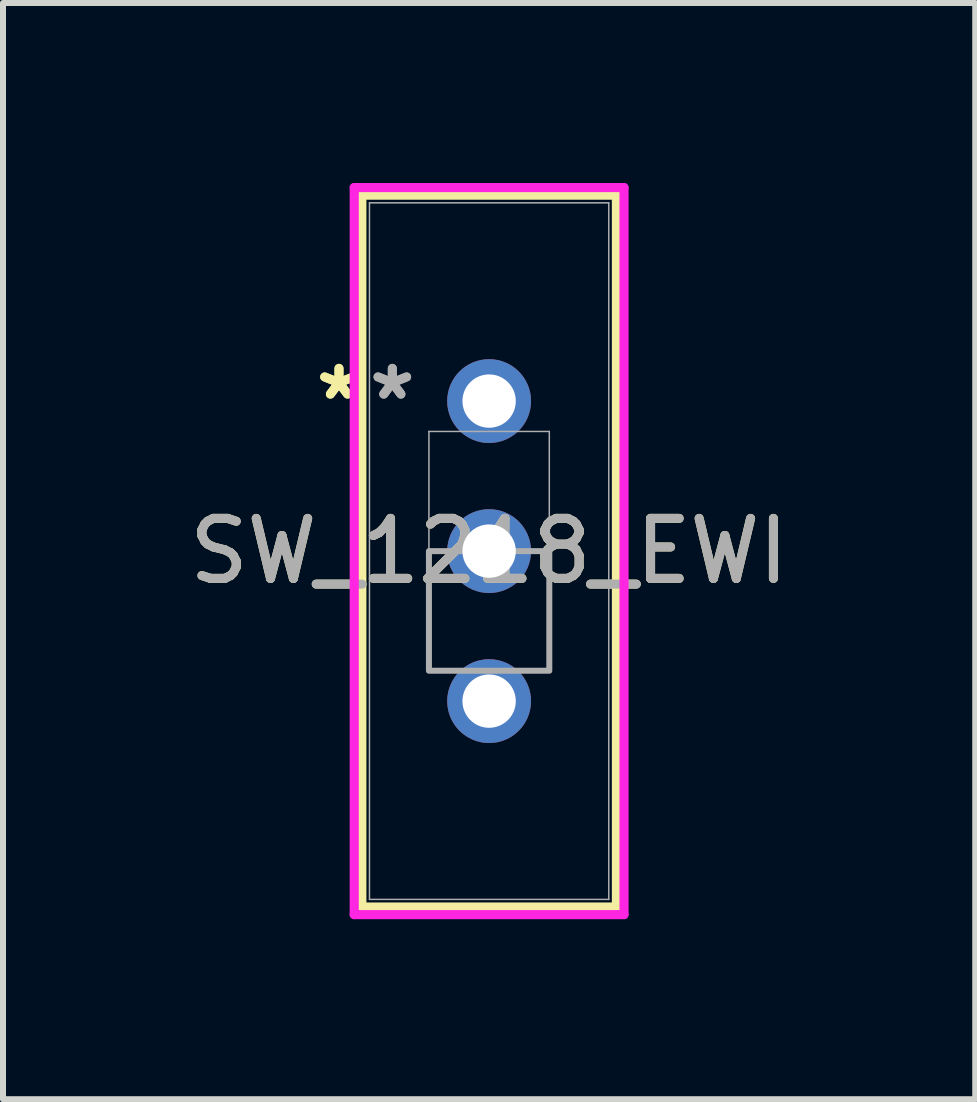
<source format=kicad_pcb>
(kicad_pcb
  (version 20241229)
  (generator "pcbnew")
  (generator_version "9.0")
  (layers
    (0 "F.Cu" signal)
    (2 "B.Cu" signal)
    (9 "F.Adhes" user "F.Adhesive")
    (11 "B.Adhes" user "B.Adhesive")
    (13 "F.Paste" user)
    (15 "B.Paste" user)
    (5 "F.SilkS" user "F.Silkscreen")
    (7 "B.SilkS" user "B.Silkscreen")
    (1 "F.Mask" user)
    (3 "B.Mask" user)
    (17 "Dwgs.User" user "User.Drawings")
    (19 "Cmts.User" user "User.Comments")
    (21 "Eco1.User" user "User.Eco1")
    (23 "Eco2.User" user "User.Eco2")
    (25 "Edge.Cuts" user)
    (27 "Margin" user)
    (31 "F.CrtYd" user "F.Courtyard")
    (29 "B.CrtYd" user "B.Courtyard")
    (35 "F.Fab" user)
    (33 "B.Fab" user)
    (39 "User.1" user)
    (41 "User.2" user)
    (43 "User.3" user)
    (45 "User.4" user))
  (footprint "SW_1218_EWI"
    (layer "F.Cu")
    (at 5.101 3.634)
    (property "Reference" "SW_1218_EWI" (at 0 2.5 0) (unlocked yes) (layer "F.SilkS") (effects (font (size 1 1) (thickness 0.15))))
    (attr through_hole)
    (fp_line (start -2.121 -3.431) (end -2.121 8.431) (stroke (width 0.152) (type solid)) (layer "F.SilkS"))
    (fp_line (start -2.121 8.431) (end 2.121 8.431) (stroke (width 0.152) (type solid)) (layer "F.SilkS"))
    (fp_line (start 2.121 -3.431) (end -2.121 -3.431) (stroke (width 0.152) (type solid)) (layer "F.SilkS"))
    (fp_line (start 2.121 8.431) (end 2.121 -3.431) (stroke (width 0.152) (type solid)) (layer "F.SilkS"))
    (fp_line (start -2.248 -3.558) (end -2.248 8.558) (stroke (width 0.152) (type solid)) (layer "F.CrtYd"))
    (fp_line (start -2.248 8.558) (end 2.248 8.558) (stroke (width 0.152) (type solid)) (layer "F.CrtYd"))
    (fp_line (start 2.248 -3.558) (end -2.248 -3.558) (stroke (width 0.152) (type solid)) (layer "F.CrtYd"))
    (fp_line (start 2.248 8.558) (end 2.248 -3.558) (stroke (width 0.152) (type solid)) (layer "F.CrtYd"))
    (fp_line (start -1.994 -3.304) (end -1.994 8.304) (stroke (width 0.025) (type solid)) (layer "F.Fab"))
    (fp_line (start -1.994 8.304) (end 1.994 8.304) (stroke (width 0.025) (type solid)) (layer "F.Fab"))
    (fp_line (start -1.003 0.506) (end 1.003 0.506) (stroke (width 0.025) (type solid)) (layer "F.Fab"))
    (fp_line (start -1.003 4.494) (end -1.003 0.506) (stroke (width 0.025) (type solid)) (layer "F.Fab"))
    (fp_line (start 1.003 0.506) (end 1.003 4.494) (stroke (width 0.025) (type solid)) (layer "F.Fab"))
    (fp_line (start 1.003 4.494) (end -1.003 4.494) (stroke (width 0.025) (type solid)) (layer "F.Fab"))
    (fp_line (start 1.994 -3.304) (end -1.994 -3.304) (stroke (width 0.025) (type solid)) (layer "F.Fab"))
    (fp_line (start 1.994 8.304) (end 1.994 -3.304) (stroke (width 0.025) (type solid)) (layer "F.Fab"))
    (fp_poly (pts (xy -1.003 4.494) (xy -1.003 2.5) (xy 1.003 2.5) (xy 1.003 4.494)) (stroke (width 0.1) (type solid)) (fill no) (layer "F.Fab"))
    (fp_text user "*" (at -2.502 0 0) (layer "F.SilkS") (effects (font (size 1 1) (thickness 0.15))))
    (fp_text user "*" (at -2.502 0 0) (unlocked yes) (layer "F.SilkS") (effects (font (size 1 1) (thickness 0.15))))
    (fp_text user "*" (at -1.613 0 0) (unlocked yes) (layer "F.Fab") (effects (font (size 1 1) (thickness 0.15))))
    (fp_text user "*" (at -1.613 0 0) (layer "F.Fab") (effects (font (size 1 1) (thickness 0.15))))
    (fp_text user "${REFERENCE}" (at 0 2.5 0) (unlocked yes) (layer "F.Fab") (effects (font (size 1 1) (thickness 0.15))))
    (pad "1" thru_hole circle (at 0 0) (size 1.397 1.397) (drill 0.889) (layers "*.Cu" "*.Mask"))
    (pad "2" thru_hole circle (at 0 2.5) (size 1.397 1.397) (drill 0.889) (layers "*.Cu" "*.Mask"))
    (pad "3" thru_hole circle (at 0 5) (size 1.397 1.397) (drill 0.889) (layers "*.Cu" "*.Mask")))
  (gr_rect
    (start -3 -3)
    (end 13.202 15.268)
    (stroke (width 0.1) (type default))
    (fill no)
    (layer "Edge.Cuts")))
</source>
